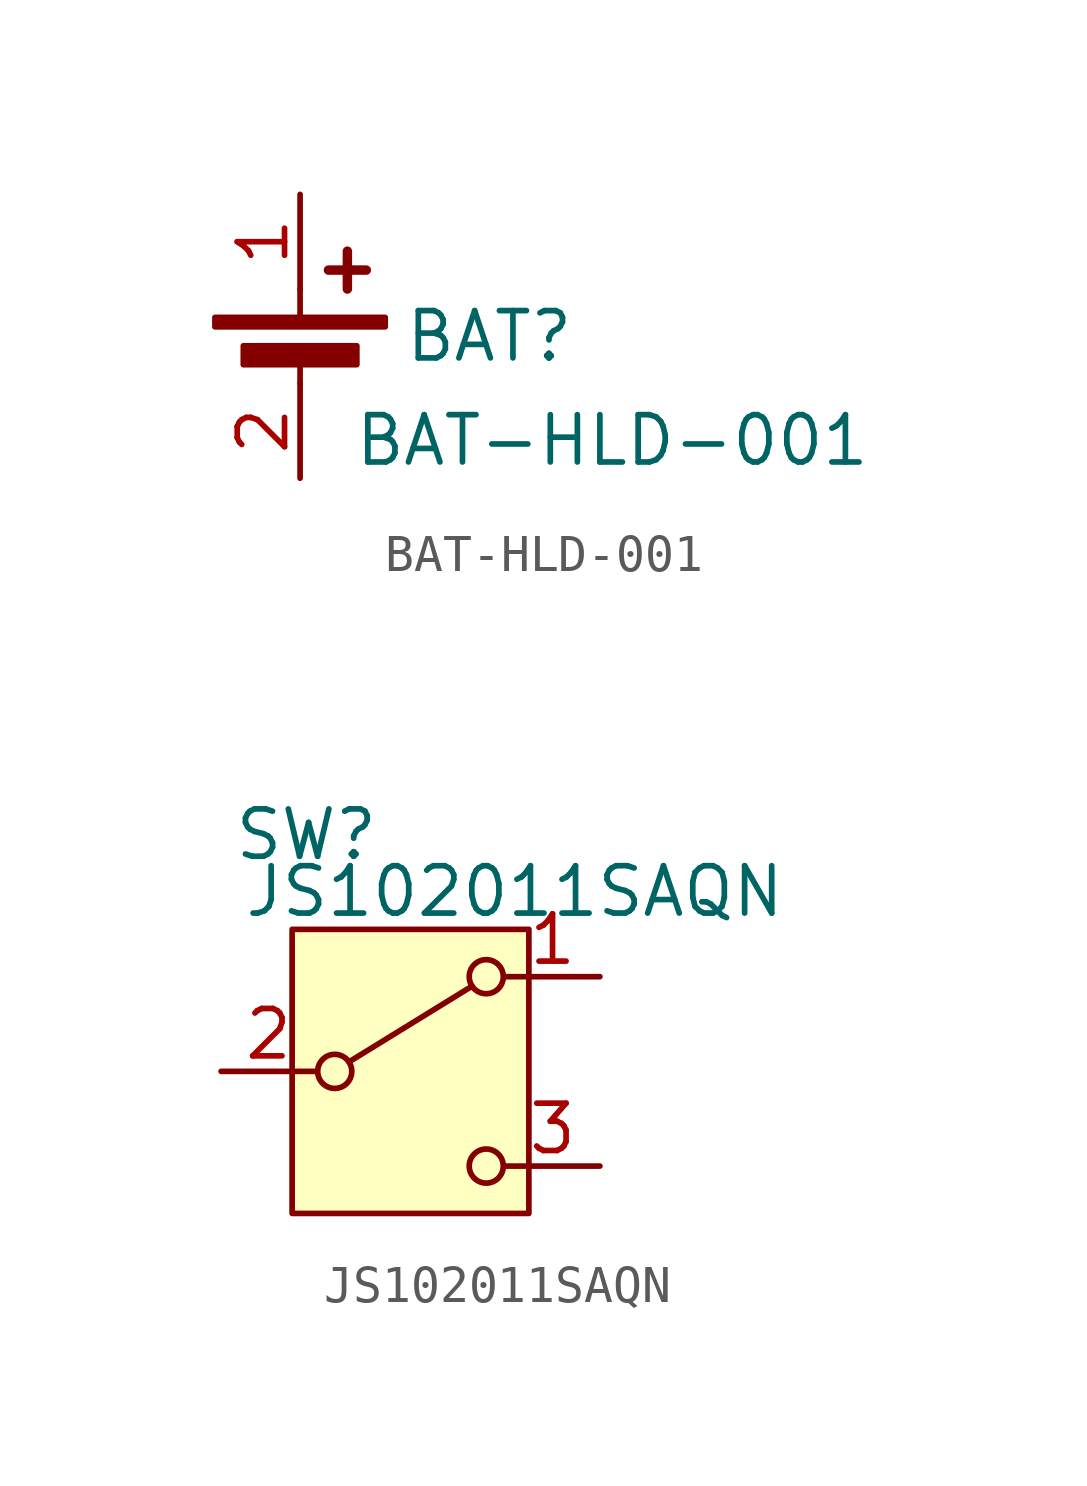
<source format=kicad_sym>
(kicad_symbol_lib
  (version 20241209)
  (generator "kicad_symbol_editor")
  (generator_version "9.0")
  (symbol "BAT-HLD-001"
    (pin_names
      (hide yes))
    (property "Reference" "BAT"
      (at 5.08 0 0)
      (effects (font (size 1.27 1.27))))
    (property "Value" "BAT-HLD-001"
      (at 8.382 -2.794 0)
      (effects (font (size 1.27 1.27))))
    (symbol "BAT-HLD-001_0_1"
      (rectangle (start -2.286 0.508) (end 2.286 0.254) (stroke (width 0) (type default)) (fill (type outline)))
      (rectangle (start -1.524 -0.254) (end 1.524 -0.762) (stroke (width 0) (type default)) (fill (type outline)))
      (polyline (pts (xy 0 0.508) (xy 0 1.27)) (stroke (width 0) (type default)) (fill (type none)))
      (polyline (pts (xy 0 -0.508) (xy 0 -1.27)) (stroke (width 0) (type default)) (fill (type none)))
      (polyline (pts (xy 0.762 1.778) (xy 1.778 1.778)) (stroke (width 0.254) (type default)) (fill (type none)))
      (polyline (pts (xy 1.27 2.286) (xy 1.27 1.27)) (stroke (width 0.254) (type default)) (fill (type none))))
    (symbol "BAT-HLD-001_1_1"
      (pin passive line (at 0 3.81 270) (length 2.54) (name "+" (effects (font (size 1.27 1.27)))) (number "1" (effects (font (size 1.27 1.27)))))
      (pin passive line (at 0 -3.81 90) (length 2.54) (name "-" (effects (font (size 1.27 1.27)))) (number "2" (effects (font (size 1.27 1.27)))))))
  (symbol "JS102011SAQN"
    (pin_names
      (hide yes))
    (property "Reference" "SW"
      (at -2.794 6.35 0)
      (effects (font (size 1.27 1.27))))
    (property "Value" "JS102011SAQN"
      (at 2.794 4.826 0)
      (effects (font (size 1.27 1.27))))
    (symbol "JS102011SAQN_0_1"
      (circle (center -2.032 0) (radius 0.457) (stroke (width 0) (type default)) (fill (type none)))
      (polyline (pts (xy -1.651 0.254) (xy 1.651 2.286)) (stroke (width 0) (type default)) (fill (type none)))
      (circle (center 2.032 2.54) (radius 0.457) (stroke (width 0) (type default)) (fill (type none)))
      (circle (center 2.032 -2.54) (radius 0.457) (stroke (width 0) (type default)) (fill (type none))))
    (symbol "JS102011SAQN_1_1"
      (rectangle (start -3.175 3.81) (end 3.175 -3.81) (stroke (width 0) (type default)) (fill (type background)))
      (pin passive line (at -5.08 0 0) (length 2.54) (name "B" (effects (font (size 1.27 1.27)))) (number "2" (effects (font (size 1.27 1.27)))))
      (pin passive line (at 5.08 2.54 180) (length 2.54) (name "A" (effects (font (size 1.27 1.27)))) (number "1" (effects (font (size 1.27 1.27)))))
      (pin passive line (at 5.08 -2.54 180) (length 2.54) (name "C" (effects (font (size 1.27 1.27)))) (number "3" (effects (font (size 1.27 1.27))))))))
</source>
